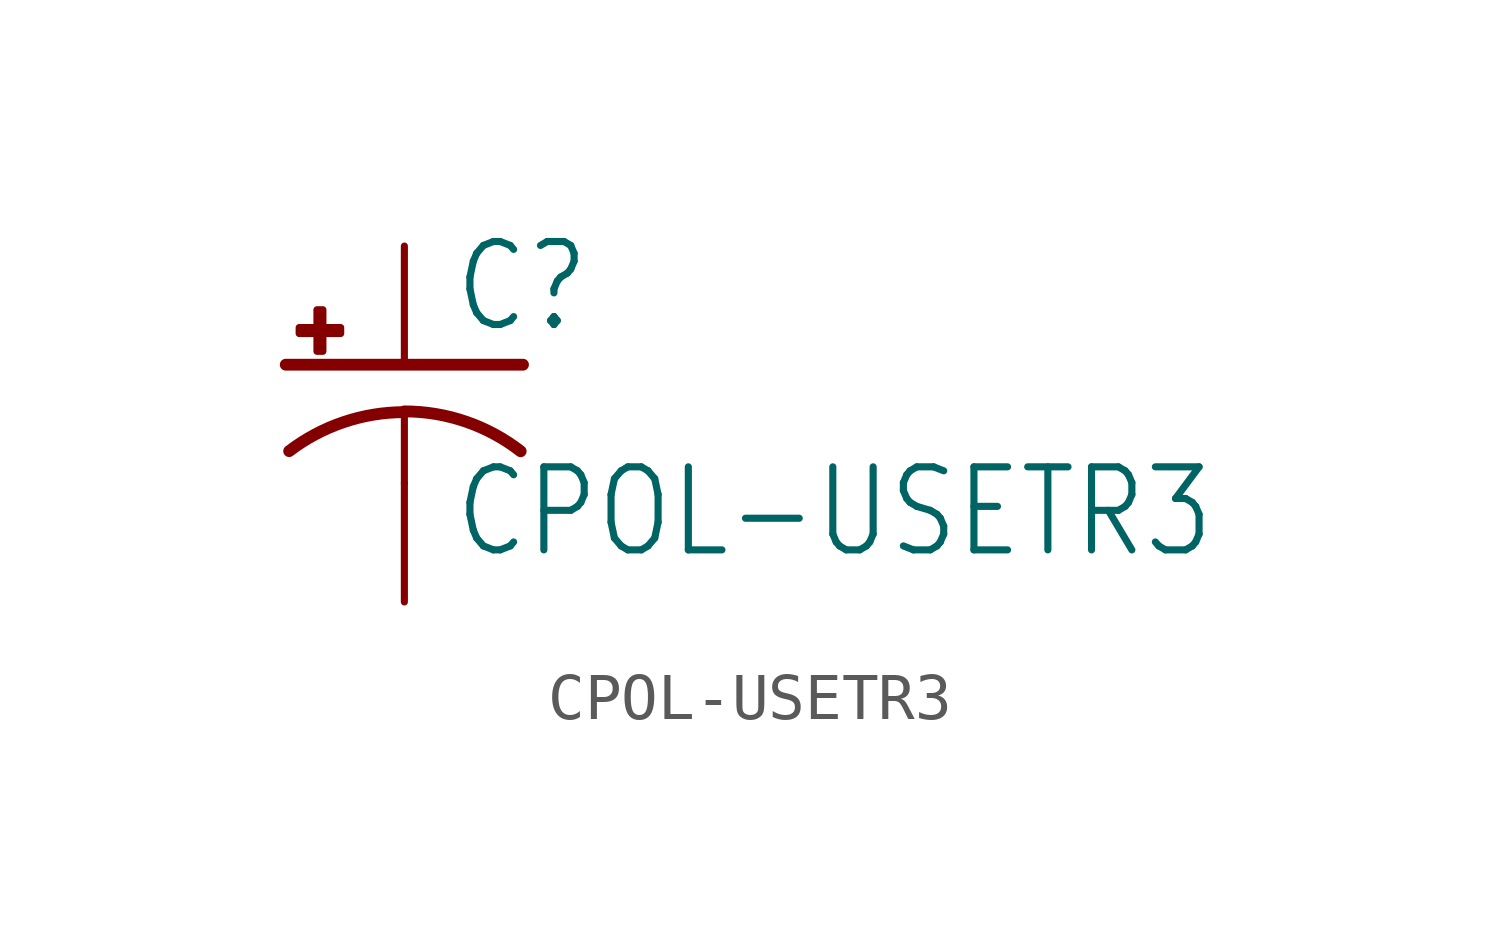
<source format=kicad_sym>
(kicad_symbol_lib
  (version 20220331)
  (generator kicad_symbol_editor)
  (symbol "CPOL-USETR3"
    (property "Reference" "C"
      (at 1.016 0.635 0)
      (effects (font (size 1.778 1.511)) (justify left bottom)))
    (property "Value" "CPOL-USETR3"
      (at 1.016 -4.191 0)
      (effects (font (size 1.778 1.511)) (justify left bottom)))
    (property "ki_locked" ""
      (at 0 0 0)
      (effects (font (size 1.27 1.27))))
    (symbol "CPOL-USETR3_1_0"
      (rectangle (start -2.253 0.668) (end -1.364 0.795) (stroke (width 0) (type default)) (fill (type outline)))
      (rectangle (start -1.872 0.287) (end -1.745 1.176) (stroke (width 0) (type default)) (fill (type outline)))
      (arc (start 0 -1.0161) (mid -1.3021 -1.2302) (end -2.4669 -1.8504) (stroke (width 0.254) (type solid)) (fill (type none)))
      (polyline (pts (xy -2.54 0) (xy 2.54 0)) (stroke (width 0.254) (type solid)) (fill (type none)))
      (polyline (pts (xy 0 -1.016) (xy 0 -2.54)) (stroke (width 0.152) (type solid)) (fill (type none)))
      (arc (start 2.4892 -1.8542) (mid 1.3158 -1.2195) (end 0 -1) (stroke (width 0.254) (type solid)) (fill (type none)))
      (pin passive line (at 0 2.54 270) (length 2.54) (name "+" (effects (font (size 0 0)))) (number "+" (effects (font (size 0 0)))))
      (pin passive line (at 0 -5.08 90) (length 2.54) (name "-" (effects (font (size 0 0)))) (number "-" (effects (font (size 0 0))))))))
</source>
